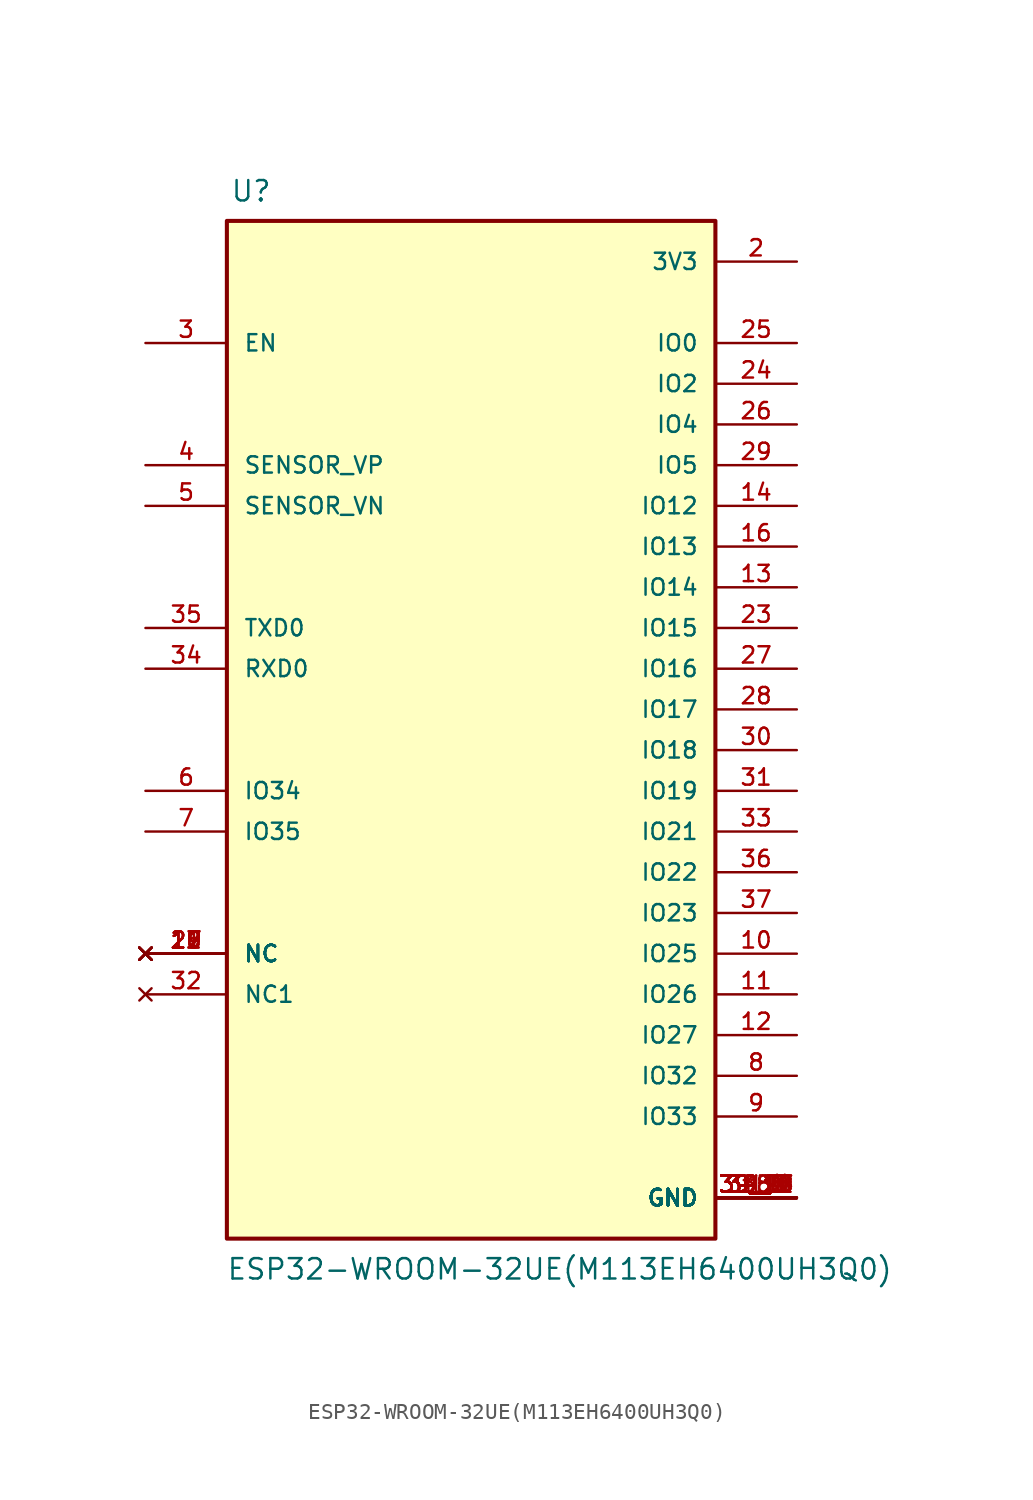
<source format=kicad_sym>
(kicad_symbol_lib
  (version 20211014)
  (generator kicad_symbol_editor)
  (symbol "ESP32-WROOM-32UE(M113EH6400UH3Q0)"
    (pin_names
      (offset 1.016))
    (property "Reference" "U"
      (at -15.036 34.135 0)
      (effects (font (size 1.27 1.27)) (justify bottom left)))
    (property "Value" "ESP32-WROOM-32UE(M113EH6400UH3Q0)"
      (at -15.287 -33.128 0)
      (effects (font (size 1.27 1.27)) (justify bottom left)))
    (symbol "ESP32-WROOM-32UE(M113EH6400UH3Q0)_0_0"
      (rectangle (start -15.24 -30.48) (end 15.24 33.02) (stroke (width 0.254)) (fill (type background)))
      (pin power_in line (at 20.32 -27.94 180.0) (length 5.08) (name "GND" (effects (font (size 1.016 1.016)))) (number "1" (effects (font (size 1.016 1.016)))))
      (pin power_in line (at 20.32 -27.94 180.0) (length 5.08) (name "GND" (effects (font (size 1.016 1.016)))) (number "15" (effects (font (size 1.016 1.016)))))
      (pin power_in line (at 20.32 -27.94 180.0) (length 5.08) (name "GND" (effects (font (size 1.016 1.016)))) (number "38" (effects (font (size 1.016 1.016)))))
      (pin power_in line (at 20.32 -27.94 180.0) (length 5.08) (name "GND" (effects (font (size 1.016 1.016)))) (number "39_1" (effects (font (size 1.016 1.016)))))
      (pin power_in line (at 20.32 -27.94 180.0) (length 5.08) (name "GND" (effects (font (size 1.016 1.016)))) (number "39_2" (effects (font (size 1.016 1.016)))))
      (pin power_in line (at 20.32 -27.94 180.0) (length 5.08) (name "GND" (effects (font (size 1.016 1.016)))) (number "39_3" (effects (font (size 1.016 1.016)))))
      (pin power_in line (at 20.32 -27.94 180.0) (length 5.08) (name "GND" (effects (font (size 1.016 1.016)))) (number "39_4" (effects (font (size 1.016 1.016)))))
      (pin power_in line (at 20.32 -27.94 180.0) (length 5.08) (name "GND" (effects (font (size 1.016 1.016)))) (number "39_5" (effects (font (size 1.016 1.016)))))
      (pin power_in line (at 20.32 -27.94 180.0) (length 5.08) (name "GND" (effects (font (size 1.016 1.016)))) (number "39_6" (effects (font (size 1.016 1.016)))))
      (pin power_in line (at 20.32 -27.94 180.0) (length 5.08) (name "GND" (effects (font (size 1.016 1.016)))) (number "39_7" (effects (font (size 1.016 1.016)))))
      (pin power_in line (at 20.32 -27.94 180.0) (length 5.08) (name "GND" (effects (font (size 1.016 1.016)))) (number "39_8" (effects (font (size 1.016 1.016)))))
      (pin power_in line (at 20.32 -27.94 180.0) (length 5.08) (name "GND" (effects (font (size 1.016 1.016)))) (number "39_9" (effects (font (size 1.016 1.016)))))
      (pin power_in line (at 20.32 -27.94 180.0) (length 5.08) (name "GND" (effects (font (size 1.016 1.016)))) (number "39_10" (effects (font (size 1.016 1.016)))))
      (pin power_in line (at 20.32 -27.94 180.0) (length 5.08) (name "GND" (effects (font (size 1.016 1.016)))) (number "39_11" (effects (font (size 1.016 1.016)))))
      (pin power_in line (at 20.32 -27.94 180.0) (length 5.08) (name "GND" (effects (font (size 1.016 1.016)))) (number "39_12" (effects (font (size 1.016 1.016)))))
      (pin power_in line (at 20.32 -27.94 180.0) (length 5.08) (name "GND" (effects (font (size 1.016 1.016)))) (number "39_13" (effects (font (size 1.016 1.016)))))
      (pin power_in line (at 20.32 -27.94 180.0) (length 5.08) (name "GND" (effects (font (size 1.016 1.016)))) (number "39_14" (effects (font (size 1.016 1.016)))))
      (pin power_in line (at 20.32 -27.94 180.0) (length 5.08) (name "GND" (effects (font (size 1.016 1.016)))) (number "39_15" (effects (font (size 1.016 1.016)))))
      (pin power_in line (at 20.32 -27.94 180.0) (length 5.08) (name "GND" (effects (font (size 1.016 1.016)))) (number "39_16" (effects (font (size 1.016 1.016)))))
      (pin power_in line (at 20.32 -27.94 180.0) (length 5.08) (name "GND" (effects (font (size 1.016 1.016)))) (number "39_17" (effects (font (size 1.016 1.016)))))
      (pin power_in line (at 20.32 -27.94 180.0) (length 5.08) (name "GND" (effects (font (size 1.016 1.016)))) (number "39_18" (effects (font (size 1.016 1.016)))))
      (pin power_in line (at 20.32 -27.94 180.0) (length 5.08) (name "GND" (effects (font (size 1.016 1.016)))) (number "39_19" (effects (font (size 1.016 1.016)))))
      (pin power_in line (at 20.32 -27.94 180.0) (length 5.08) (name "GND" (effects (font (size 1.016 1.016)))) (number "39_20" (effects (font (size 1.016 1.016)))))
      (pin power_in line (at 20.32 -27.94 180.0) (length 5.08) (name "GND" (effects (font (size 1.016 1.016)))) (number "39_21" (effects (font (size 1.016 1.016)))))
      (pin power_in line (at 20.32 30.48 180.0) (length 5.08) (name "3V3" (effects (font (size 1.016 1.016)))) (number "2" (effects (font (size 1.016 1.016)))))
      (pin input line (at -20.32 25.4 0) (length 5.08) (name "EN" (effects (font (size 1.016 1.016)))) (number "3" (effects (font (size 1.016 1.016)))))
      (pin input line (at -20.32 17.78 0) (length 5.08) (name "SENSOR_VP" (effects (font (size 1.016 1.016)))) (number "4" (effects (font (size 1.016 1.016)))))
      (pin input line (at -20.32 15.24 0) (length 5.08) (name "SENSOR_VN" (effects (font (size 1.016 1.016)))) (number "5" (effects (font (size 1.016 1.016)))))
      (pin input line (at -20.32 -2.54 0) (length 5.08) (name "IO34" (effects (font (size 1.016 1.016)))) (number "6" (effects (font (size 1.016 1.016)))))
      (pin input line (at -20.32 -5.08 0) (length 5.08) (name "IO35" (effects (font (size 1.016 1.016)))) (number "7" (effects (font (size 1.016 1.016)))))
      (pin bidirectional line (at 20.32 -22.86 180.0) (length 5.08) (name "IO33" (effects (font (size 1.016 1.016)))) (number "9" (effects (font (size 1.016 1.016)))))
      (pin bidirectional line (at 20.32 -20.32 180.0) (length 5.08) (name "IO32" (effects (font (size 1.016 1.016)))) (number "8" (effects (font (size 1.016 1.016)))))
      (pin bidirectional line (at 20.32 -12.7 180.0) (length 5.08) (name "IO25" (effects (font (size 1.016 1.016)))) (number "10" (effects (font (size 1.016 1.016)))))
      (pin bidirectional line (at 20.32 -15.24 180.0) (length 5.08) (name "IO26" (effects (font (size 1.016 1.016)))) (number "11" (effects (font (size 1.016 1.016)))))
      (pin bidirectional line (at 20.32 -17.78 180.0) (length 5.08) (name "IO27" (effects (font (size 1.016 1.016)))) (number "12" (effects (font (size 1.016 1.016)))))
      (pin bidirectional line (at 20.32 10.16 180.0) (length 5.08) (name "IO14" (effects (font (size 1.016 1.016)))) (number "13" (effects (font (size 1.016 1.016)))))
      (pin bidirectional line (at 20.32 15.24 180.0) (length 5.08) (name "IO12" (effects (font (size 1.016 1.016)))) (number "14" (effects (font (size 1.016 1.016)))))
      (pin bidirectional line (at 20.32 12.7 180.0) (length 5.08) (name "IO13" (effects (font (size 1.016 1.016)))) (number "16" (effects (font (size 1.016 1.016)))))
      (pin bidirectional line (at 20.32 7.62 180.0) (length 5.08) (name "IO15" (effects (font (size 1.016 1.016)))) (number "23" (effects (font (size 1.016 1.016)))))
      (pin bidirectional line (at 20.32 22.86 180.0) (length 5.08) (name "IO2" (effects (font (size 1.016 1.016)))) (number "24" (effects (font (size 1.016 1.016)))))
      (pin bidirectional line (at 20.32 25.4 180.0) (length 5.08) (name "IO0" (effects (font (size 1.016 1.016)))) (number "25" (effects (font (size 1.016 1.016)))))
      (pin bidirectional line (at 20.32 20.32 180.0) (length 5.08) (name "IO4" (effects (font (size 1.016 1.016)))) (number "26" (effects (font (size 1.016 1.016)))))
      (pin bidirectional line (at 20.32 5.08 180.0) (length 5.08) (name "IO16" (effects (font (size 1.016 1.016)))) (number "27" (effects (font (size 1.016 1.016)))))
      (pin bidirectional line (at 20.32 2.54 180.0) (length 5.08) (name "IO17" (effects (font (size 1.016 1.016)))) (number "28" (effects (font (size 1.016 1.016)))))
      (pin bidirectional line (at 20.32 17.78 180.0) (length 5.08) (name "IO5" (effects (font (size 1.016 1.016)))) (number "29" (effects (font (size 1.016 1.016)))))
      (pin bidirectional line (at 20.32 0.0 180.0) (length 5.08) (name "IO18" (effects (font (size 1.016 1.016)))) (number "30" (effects (font (size 1.016 1.016)))))
      (pin bidirectional line (at 20.32 -2.54 180.0) (length 5.08) (name "IO19" (effects (font (size 1.016 1.016)))) (number "31" (effects (font (size 1.016 1.016)))))
      (pin bidirectional line (at 20.32 -5.08 180.0) (length 5.08) (name "IO21" (effects (font (size 1.016 1.016)))) (number "33" (effects (font (size 1.016 1.016)))))
      (pin bidirectional line (at 20.32 -7.62 180.0) (length 5.08) (name "IO22" (effects (font (size 1.016 1.016)))) (number "36" (effects (font (size 1.016 1.016)))))
      (pin bidirectional line (at 20.32 -10.16 180.0) (length 5.08) (name "IO23" (effects (font (size 1.016 1.016)))) (number "37" (effects (font (size 1.016 1.016)))))
      (pin bidirectional line (at -20.32 5.08 0) (length 5.08) (name "RXD0" (effects (font (size 1.016 1.016)))) (number "34" (effects (font (size 1.016 1.016)))))
      (pin bidirectional line (at -20.32 7.62 0) (length 5.08) (name "TXD0" (effects (font (size 1.016 1.016)))) (number "35" (effects (font (size 1.016 1.016)))))
      (pin no_connect line (at -20.32 -12.7 0) (length 5.08) (name "NC" (effects (font (size 1.016 1.016)))) (number "17" (effects (font (size 1.016 1.016)))))
      (pin no_connect line (at -20.32 -12.7 0) (length 5.08) (name "NC" (effects (font (size 1.016 1.016)))) (number "18" (effects (font (size 1.016 1.016)))))
      (pin no_connect line (at -20.32 -12.7 0) (length 5.08) (name "NC" (effects (font (size 1.016 1.016)))) (number "19" (effects (font (size 1.016 1.016)))))
      (pin no_connect line (at -20.32 -12.7 0) (length 5.08) (name "NC" (effects (font (size 1.016 1.016)))) (number "20" (effects (font (size 1.016 1.016)))))
      (pin no_connect line (at -20.32 -12.7 0) (length 5.08) (name "NC" (effects (font (size 1.016 1.016)))) (number "21" (effects (font (size 1.016 1.016)))))
      (pin no_connect line (at -20.32 -12.7 0) (length 5.08) (name "NC" (effects (font (size 1.016 1.016)))) (number "22" (effects (font (size 1.016 1.016)))))
      (pin no_connect line (at -20.32 -15.24 0) (length 5.08) (name "NC1" (effects (font (size 1.016 1.016)))) (number "32" (effects (font (size 1.016 1.016))))))))
</source>
